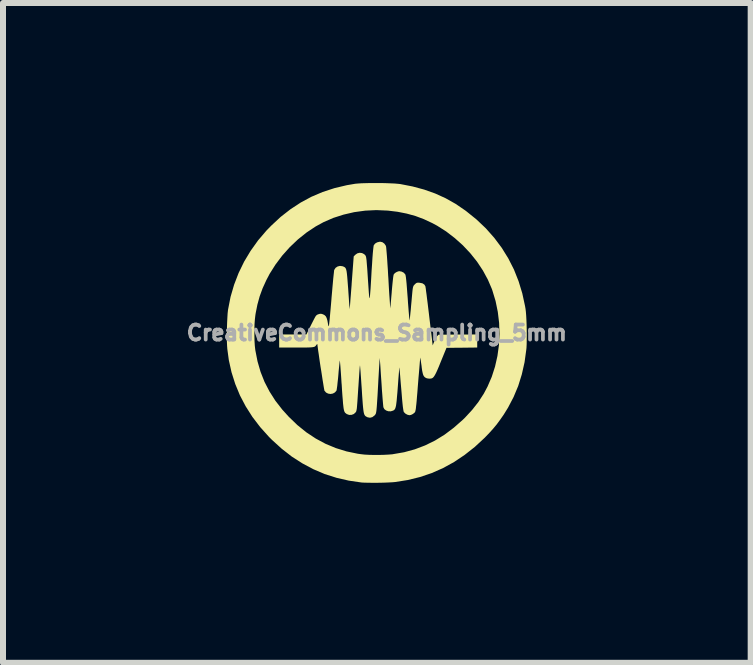
<source format=kicad_pcb>
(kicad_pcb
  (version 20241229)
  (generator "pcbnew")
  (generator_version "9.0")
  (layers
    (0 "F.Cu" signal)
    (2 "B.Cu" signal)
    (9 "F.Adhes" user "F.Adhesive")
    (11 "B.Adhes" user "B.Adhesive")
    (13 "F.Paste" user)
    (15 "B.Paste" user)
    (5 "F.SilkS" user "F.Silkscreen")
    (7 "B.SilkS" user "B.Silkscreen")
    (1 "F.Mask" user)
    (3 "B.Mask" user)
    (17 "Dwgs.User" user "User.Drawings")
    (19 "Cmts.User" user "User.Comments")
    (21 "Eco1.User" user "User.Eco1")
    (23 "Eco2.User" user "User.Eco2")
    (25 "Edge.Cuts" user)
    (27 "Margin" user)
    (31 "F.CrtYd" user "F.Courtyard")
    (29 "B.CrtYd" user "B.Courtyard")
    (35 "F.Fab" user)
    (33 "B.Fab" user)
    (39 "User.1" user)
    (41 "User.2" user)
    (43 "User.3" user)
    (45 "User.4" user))
  (footprint "CreativeCommons_Sampling_5mm"
    (layer "F.Cu")
    (at 3.229 2.496)
    (property "Reference" "CreativeCommons_Sampling_5mm" (at 0 0 0) (layer "F.Fab") (effects (font (size 0.25 0.25) (thickness 0.3))))
    (attr board_only exclude_from_pos_files exclude_from_bom)
    (fp_poly (pts (xy 0.065 -2.496) (xy 0.149 -2.494) (xy 0.227 -2.491) (xy 0.297 -2.488) (xy 0.354 -2.483) (xy 0.391 -2.479) (xy 0.596 -2.439) (xy 0.789 -2.387) (xy 0.972 -2.322) (xy 1.146 -2.243) (xy 1.313 -2.149) (xy 1.474 -2.039) (xy 1.49 -2.027) (xy 1.661 -1.889) (xy 1.817 -1.741) (xy 1.957 -1.583) (xy 2.082 -1.416) (xy 2.191 -1.24) (xy 2.285 -1.055) (xy 2.362 -0.861) (xy 2.424 -0.658) (xy 2.47 -0.446) (xy 2.478 -0.4) (xy 2.484 -0.351) (xy 2.489 -0.288) (xy 2.493 -0.213) (xy 2.496 -0.132) (xy 2.498 -0.047) (xy 2.499 0.037) (xy 2.498 0.118) (xy 2.497 0.19) (xy 2.494 0.252) (xy 2.491 0.279) (xy 2.462 0.49) (xy 2.416 0.693) (xy 2.356 0.886) (xy 2.279 1.07) (xy 2.187 1.246) (xy 2.114 1.364) (xy 2.054 1.45) (xy 1.998 1.526) (xy 1.939 1.597) (xy 1.875 1.668) (xy 1.801 1.745) (xy 1.796 1.75) (xy 1.633 1.901) (xy 1.463 2.035) (xy 1.287 2.153) (xy 1.105 2.253) (xy 0.915 2.337) (xy 0.719 2.403) (xy 0.515 2.453) (xy 0.305 2.486) (xy 0.305 2.486) (xy 0.262 2.49) (xy 0.206 2.493) (xy 0.14 2.496) (xy 0.069 2.498) (xy -0.005 2.499) (xy -0.077 2.499) (xy -0.143 2.498) (xy -0.2 2.497) (xy -0.244 2.495) (xy -0.255 2.494) (xy -0.467 2.463) (xy -0.671 2.416) (xy -0.869 2.353) (xy -1.059 2.272) (xy -1.241 2.175) (xy -1.417 2.062) (xy -1.585 1.931) (xy -1.747 1.784) (xy -1.797 1.734) (xy -1.944 1.57) (xy -2.073 1.401) (xy -2.185 1.225) (xy -2.281 1.042) (xy -2.359 0.853) (xy -2.421 0.657) (xy -2.466 0.455) (xy -2.491 0.27) (xy -2.495 0.216) (xy -2.498 0.148) (xy -2.499 0.071) (xy -2.499 0.043) (xy -2.04 0.043) (xy -2.038 0.133) (xy -2.033 0.216) (xy -2.025 0.286) (xy -2.024 0.291) (xy -1.988 0.475) (xy -1.937 0.651) (xy -1.871 0.818) (xy -1.788 0.978) (xy -1.69 1.132) (xy -1.574 1.281) (xy -1.468 1.398) (xy -1.324 1.537) (xy -1.174 1.658) (xy -1.017 1.762) (xy -0.853 1.85) (xy -0.682 1.921) (xy -0.504 1.976) (xy -0.317 2.015) (xy -0.266 2.022) (xy -0.205 2.029) (xy -0.131 2.033) (xy -0.05 2.035) (xy 0.035 2.035) (xy 0.119 2.033) (xy 0.195 2.029) (xy 0.26 2.024) (xy 0.269 2.022) (xy 0.455 1.99) (xy 0.634 1.941) (xy 0.805 1.876) (xy 0.97 1.795) (xy 1.129 1.697) (xy 1.283 1.581) (xy 1.433 1.449) (xy 1.469 1.414) (xy 1.589 1.284) (xy 1.693 1.152) (xy 1.783 1.013) (xy 1.845 0.896) (xy 1.915 0.734) (xy 1.97 0.563) (xy 2.01 0.386) (xy 2.035 0.204) (xy 2.044 0.019) (xy 2.038 -0.166) (xy 2.016 -0.349) (xy 1.979 -0.53) (xy 1.926 -0.705) (xy 1.918 -0.729) (xy 1.851 -0.885) (xy 1.768 -1.038) (xy 1.67 -1.186) (xy 1.558 -1.326) (xy 1.434 -1.458) (xy 1.299 -1.579) (xy 1.156 -1.689) (xy 1.005 -1.785) (xy 0.925 -1.828) (xy 0.784 -1.894) (xy 0.643 -1.947) (xy 0.498 -1.987) (xy 0.346 -2.017) (xy 0.182 -2.037) (xy 0.177 -2.037) (xy -0.008 -2.045) (xy -0.193 -2.036) (xy -0.376 -2.011) (xy -0.553 -1.97) (xy -0.725 -1.915) (xy -0.888 -1.844) (xy -1.018 -1.773) (xy -1.17 -1.672) (xy -1.315 -1.556) (xy -1.451 -1.427) (xy -1.576 -1.287) (xy -1.688 -1.138) (xy -1.786 -0.983) (xy -1.841 -0.878) (xy -1.903 -0.742) (xy -1.952 -0.608) (xy -1.99 -0.47) (xy -2.019 -0.324) (xy -2.024 -0.291) (xy -2.032 -0.222) (xy -2.038 -0.14) (xy -2.04 -0.05) (xy -2.04 0.043) (xy -2.499 0.043) (xy -2.498 -0.012) (xy -2.497 -0.096) (xy -2.494 -0.179) (xy -2.49 -0.256) (xy -2.486 -0.324) (xy -2.48 -0.379) (xy -2.478 -0.391) (xy -2.437 -0.6) (xy -2.378 -0.802) (xy -2.303 -0.997) (xy -2.211 -1.186) (xy -2.103 -1.366) (xy -1.979 -1.54) (xy -1.838 -1.705) (xy -1.759 -1.786) (xy -1.603 -1.931) (xy -1.439 -2.059) (xy -1.268 -2.171) (xy -1.09 -2.267) (xy -0.902 -2.347) (xy -0.706 -2.411) (xy -0.5 -2.46) (xy -0.359 -2.484) (xy -0.314 -2.488) (xy -0.255 -2.492) (xy -0.183 -2.494) (xy -0.104 -2.496) (xy -0.02 -2.496)) (stroke (width 0) (type solid)) (fill yes) (layer "F.SilkS"))
    (fp_poly (pts (xy 0.093 -1.51) (xy 0.125 -1.487) (xy 0.148 -1.455) (xy 0.154 -1.438) (xy 0.156 -1.423) (xy 0.159 -1.391) (xy 0.163 -1.345) (xy 0.168 -1.286) (xy 0.173 -1.216) (xy 0.178 -1.137) (xy 0.184 -1.05) (xy 0.189 -0.957) (xy 0.193 -0.9) (xy 0.198 -0.807) (xy 0.203 -0.719) (xy 0.208 -0.64) (xy 0.213 -0.57) (xy 0.217 -0.51) (xy 0.22 -0.463) (xy 0.223 -0.429) (xy 0.224 -0.412) (xy 0.225 -0.409) (xy 0.226 -0.421) (xy 0.229 -0.449) (xy 0.232 -0.491) (xy 0.237 -0.543) (xy 0.242 -0.604) (xy 0.248 -0.67) (xy 0.249 -0.687) (xy 0.255 -0.756) (xy 0.261 -0.819) (xy 0.267 -0.875) (xy 0.272 -0.92) (xy 0.277 -0.953) (xy 0.281 -0.97) (xy 0.281 -0.972) (xy 0.302 -0.996) (xy 0.333 -1.015) (xy 0.365 -1.026) (xy 0.376 -1.027) (xy 0.414 -1.02) (xy 0.449 -1.002) (xy 0.473 -0.975) (xy 0.476 -0.97) (xy 0.48 -0.954) (xy 0.485 -0.924) (xy 0.49 -0.879) (xy 0.496 -0.819) (xy 0.502 -0.743) (xy 0.509 -0.649) (xy 0.515 -0.575) (xy 0.52 -0.496) (xy 0.526 -0.422) (xy 0.531 -0.356) (xy 0.536 -0.3) (xy 0.54 -0.256) (xy 0.543 -0.226) (xy 0.545 -0.21) (xy 0.546 -0.209) (xy 0.548 -0.218) (xy 0.551 -0.242) (xy 0.555 -0.28) (xy 0.56 -0.329) (xy 0.566 -0.386) (xy 0.571 -0.448) (xy 0.579 -0.533) (xy 0.585 -0.602) (xy 0.59 -0.657) (xy 0.594 -0.699) (xy 0.598 -0.731) (xy 0.602 -0.754) (xy 0.607 -0.771) (xy 0.612 -0.783) (xy 0.618 -0.792) (xy 0.626 -0.8) (xy 0.633 -0.808) (xy 0.653 -0.826) (xy 0.669 -0.834) (xy 0.69 -0.836) (xy 0.714 -0.834) (xy 0.76 -0.825) (xy 0.792 -0.804) (xy 0.809 -0.777) (xy 0.811 -0.765) (xy 0.816 -0.736) (xy 0.821 -0.693) (xy 0.829 -0.637) (xy 0.837 -0.57) (xy 0.847 -0.493) (xy 0.857 -0.409) (xy 0.868 -0.319) (xy 0.873 -0.275) (xy 0.931 0.209) (xy 0.957 0.143) (xy 0.973 0.108) (xy 0.99 0.077) (xy 1.004 0.056) (xy 1.005 0.055) (xy 1.028 0.032) (xy 1.35 0.029) (xy 1.673 0.027) (xy 1.673 0.245) (xy 1.417 0.248) (xy 1.161 0.25) (xy 1.066 0.482) (xy 1.035 0.559) (xy 1.009 0.62) (xy 0.987 0.668) (xy 0.968 0.704) (xy 0.951 0.73) (xy 0.936 0.747) (xy 0.92 0.757) (xy 0.903 0.762) (xy 0.884 0.763) (xy 0.879 0.764) (xy 0.849 0.761) (xy 0.823 0.754) (xy 0.819 0.752) (xy 0.8 0.74) (xy 0.786 0.725) (xy 0.774 0.704) (xy 0.765 0.674) (xy 0.756 0.632) (xy 0.748 0.576) (xy 0.746 0.555) (xy 0.739 0.507) (xy 0.733 0.466) (xy 0.729 0.434) (xy 0.726 0.416) (xy 0.725 0.413) (xy 0.724 0.421) (xy 0.721 0.445) (xy 0.717 0.484) (xy 0.713 0.535) (xy 0.708 0.597) (xy 0.702 0.668) (xy 0.695 0.746) (xy 0.692 0.785) (xy 0.683 0.895) (xy 0.676 0.989) (xy 0.669 1.068) (xy 0.664 1.133) (xy 0.659 1.185) (xy 0.654 1.227) (xy 0.651 1.259) (xy 0.647 1.283) (xy 0.643 1.301) (xy 0.64 1.313) (xy 0.636 1.321) (xy 0.632 1.327) (xy 0.63 1.329) (xy 0.602 1.352) (xy 0.57 1.368) (xy 0.545 1.373) (xy 0.513 1.366) (xy 0.48 1.349) (xy 0.455 1.325) (xy 0.449 1.317) (xy 0.445 1.302) (xy 0.44 1.274) (xy 0.434 1.232) (xy 0.428 1.176) (xy 0.421 1.103) (xy 0.414 1.014) (xy 0.407 0.932) (xy 0.4 0.853) (xy 0.394 0.781) (xy 0.389 0.716) (xy 0.384 0.662) (xy 0.38 0.619) (xy 0.378 0.59) (xy 0.376 0.576) (xy 0.376 0.576) (xy 0.375 0.585) (xy 0.372 0.61) (xy 0.369 0.65) (xy 0.365 0.701) (xy 0.36 0.762) (xy 0.355 0.831) (xy 0.35 0.9) (xy 0.343 0.992) (xy 0.336 1.068) (xy 0.331 1.129) (xy 0.325 1.177) (xy 0.32 1.214) (xy 0.313 1.242) (xy 0.306 1.262) (xy 0.298 1.276) (xy 0.288 1.286) (xy 0.276 1.294) (xy 0.272 1.296) (xy 0.233 1.308) (xy 0.192 1.307) (xy 0.155 1.294) (xy 0.126 1.272) (xy 0.111 1.244) (xy 0.108 1.229) (xy 0.105 1.197) (xy 0.101 1.152) (xy 0.096 1.094) (xy 0.091 1.026) (xy 0.085 0.95) (xy 0.08 0.868) (xy 0.076 0.809) (xy 0.07 0.726) (xy 0.065 0.65) (xy 0.061 0.582) (xy 0.057 0.523) (xy 0.053 0.477) (xy 0.05 0.443) (xy 0.049 0.425) (xy 0.048 0.423) (xy 0.047 0.435) (xy 0.045 0.464) (xy 0.043 0.507) (xy 0.039 0.563) (xy 0.035 0.629) (xy 0.031 0.703) (xy 0.026 0.784) (xy 0.023 0.845) (xy 0.017 0.953) (xy 0.012 1.044) (xy 0.007 1.119) (xy 0.003 1.181) (xy -0.000478 1.231) (xy -0.004 1.27) (xy -0.007 1.3) (xy -0.011 1.323) (xy -0.014 1.339) (xy -0.019 1.351) (xy -0.024 1.36) (xy -0.029 1.367) (xy -0.036 1.375) (xy -0.039 1.378) (xy -0.075 1.405) (xy -0.114 1.415) (xy -0.155 1.407) (xy -0.163 1.403) (xy -0.177 1.395) (xy -0.189 1.388) (xy -0.198 1.378) (xy -0.206 1.365) (xy -0.213 1.346) (xy -0.219 1.321) (xy -0.224 1.287) (xy -0.229 1.243) (xy -0.234 1.187) (xy -0.239 1.119) (xy -0.245 1.035) (xy -0.251 0.934) (xy -0.251 0.934) (xy -0.257 0.852) (xy -0.262 0.775) (xy -0.267 0.706) (xy -0.271 0.647) (xy -0.275 0.599) (xy -0.278 0.565) (xy -0.28 0.545) (xy -0.281 0.542) (xy -0.282 0.551) (xy -0.285 0.577) (xy -0.288 0.617) (xy -0.292 0.67) (xy -0.296 0.733) (xy -0.301 0.805) (xy -0.306 0.883) (xy -0.309 0.921) (xy -0.315 1.014) (xy -0.32 1.09) (xy -0.324 1.152) (xy -0.328 1.2) (xy -0.331 1.238) (xy -0.334 1.266) (xy -0.338 1.287) (xy -0.341 1.302) (xy -0.345 1.313) (xy -0.35 1.321) (xy -0.353 1.325) (xy -0.383 1.353) (xy -0.421 1.367) (xy -0.461 1.368) (xy -0.5 1.354) (xy -0.526 1.334) (xy -0.533 1.325) (xy -0.539 1.314) (xy -0.544 1.3) (xy -0.549 1.281) (xy -0.554 1.254) (xy -0.558 1.22) (xy -0.563 1.175) (xy -0.567 1.119) (xy -0.573 1.05) (xy -0.579 0.966) (xy -0.585 0.866) (xy -0.588 0.834) (xy -0.593 0.754) (xy -0.598 0.679) (xy -0.603 0.612) (xy -0.607 0.555) (xy -0.611 0.51) (xy -0.614 0.478) (xy -0.616 0.461) (xy -0.616 0.459) (xy -0.618 0.469) (xy -0.621 0.494) (xy -0.625 0.533) (xy -0.63 0.582) (xy -0.636 0.64) (xy -0.641 0.704) (xy -0.647 0.769) (xy -0.654 0.829) (xy -0.659 0.881) (xy -0.665 0.922) (xy -0.669 0.95) (xy -0.672 0.963) (xy -0.698 0.993) (xy -0.732 1.012) (xy -0.772 1.019) (xy -0.811 1.013) (xy -0.846 0.995) (xy -0.872 0.965) (xy -0.873 0.964) (xy -0.875 0.952) (xy -0.88 0.926) (xy -0.887 0.885) (xy -0.895 0.834) (xy -0.905 0.774) (xy -0.915 0.707) (xy -0.926 0.636) (xy -0.938 0.563) (xy -0.949 0.49) (xy -0.959 0.421) (xy -0.968 0.356) (xy -0.977 0.298) (xy -0.983 0.25) (xy -0.988 0.214) (xy -0.991 0.192) (xy -0.991 0.187) (xy -0.995 0.187) (xy -1.005 0.199) (xy -1.006 0.2) (xy -1.015 0.212) (xy -1.023 0.222) (xy -1.034 0.23) (xy -1.048 0.235) (xy -1.068 0.239) (xy -1.096 0.242) (xy -1.134 0.244) (xy -1.184 0.245) (xy -1.248 0.245) (xy -1.328 0.245) (xy -1.339 0.245) (xy -1.627 0.245) (xy -1.627 0.027) (xy -1.173 0.027) (xy -1.094 -0.134) (xy -1.066 -0.189) (xy -1.045 -0.23) (xy -1.029 -0.26) (xy -1.017 -0.28) (xy -1.006 -0.292) (xy -0.995 -0.3) (xy -0.984 -0.306) (xy -0.975 -0.309) (xy -0.947 -0.317) (xy -0.926 -0.317) (xy -0.898 -0.309) (xy -0.898 -0.309) (xy -0.871 -0.295) (xy -0.85 -0.275) (xy -0.835 -0.245) (xy -0.823 -0.203) (xy -0.816 -0.163) (xy -0.812 -0.142) (xy -0.809 -0.125) (xy -0.806 -0.114) (xy -0.803 -0.11) (xy -0.8 -0.114) (xy -0.797 -0.126) (xy -0.794 -0.149) (xy -0.79 -0.184) (xy -0.785 -0.23) (xy -0.78 -0.29) (xy -0.773 -0.365) (xy -0.765 -0.455) (xy -0.756 -0.562) (xy -0.754 -0.59) (xy -0.746 -0.678) (xy -0.739 -0.761) (xy -0.732 -0.837) (xy -0.726 -0.904) (xy -0.72 -0.961) (xy -0.715 -1.005) (xy -0.712 -1.035) (xy -0.71 -1.049) (xy -0.709 -1.049) (xy -0.687 -1.083) (xy -0.654 -1.105) (xy -0.615 -1.115) (xy -0.573 -1.11) (xy -0.562 -1.106) (xy -0.547 -1.1) (xy -0.534 -1.092) (xy -0.524 -1.083) (xy -0.516 -1.069) (xy -0.509 -1.049) (xy -0.503 -1.021) (xy -0.498 -0.983) (xy -0.493 -0.934) (xy -0.488 -0.872) (xy -0.482 -0.795) (xy -0.477 -0.731) (xy -0.472 -0.656) (xy -0.467 -0.586) (xy -0.463 -0.523) (xy -0.459 -0.47) (xy -0.456 -0.429) (xy -0.454 -0.401) (xy -0.453 -0.391) (xy -0.453 -0.395) (xy -0.451 -0.416) (xy -0.447 -0.452) (xy -0.443 -0.501) (xy -0.439 -0.561) (xy -0.433 -0.632) (xy -0.427 -0.712) (xy -0.42 -0.798) (xy -0.419 -0.821) (xy -0.385 -1.273) (xy -0.359 -1.3) (xy -0.325 -1.324) (xy -0.286 -1.334) (xy -0.246 -1.329) (xy -0.211 -1.311) (xy -0.191 -1.291) (xy -0.186 -1.283) (xy -0.182 -1.273) (xy -0.178 -1.258) (xy -0.175 -1.237) (xy -0.171 -1.209) (xy -0.168 -1.17) (xy -0.164 -1.121) (xy -0.159 -1.059) (xy -0.154 -0.982) (xy -0.148 -0.889) (xy -0.142 -0.803) (xy -0.137 -0.729) (xy -0.133 -0.67) (xy -0.129 -0.625) (xy -0.126 -0.595) (xy -0.122 -0.579) (xy -0.119 -0.579) (xy -0.116 -0.595) (xy -0.113 -0.627) (xy -0.109 -0.675) (xy -0.104 -0.739) (xy -0.099 -0.821) (xy -0.093 -0.921) (xy -0.087 -1.032) (xy -0.079 -1.147) (xy -0.073 -1.245) (xy -0.067 -1.324) (xy -0.061 -1.385) (xy -0.056 -1.429) (xy -0.052 -1.454) (xy -0.05 -1.46) (xy -0.029 -1.487) (xy 0.004 -1.507) (xy 0.044 -1.517) (xy 0.057 -1.518)) (stroke (width 0) (type solid)) (fill yes) (layer "F.SilkS")))
  (gr_rect
    (start -3 -3)
    (end 9.459 7.995)
    (stroke (width 0.1) (type default))
    (fill no)
    (layer "Edge.Cuts")))
</source>
